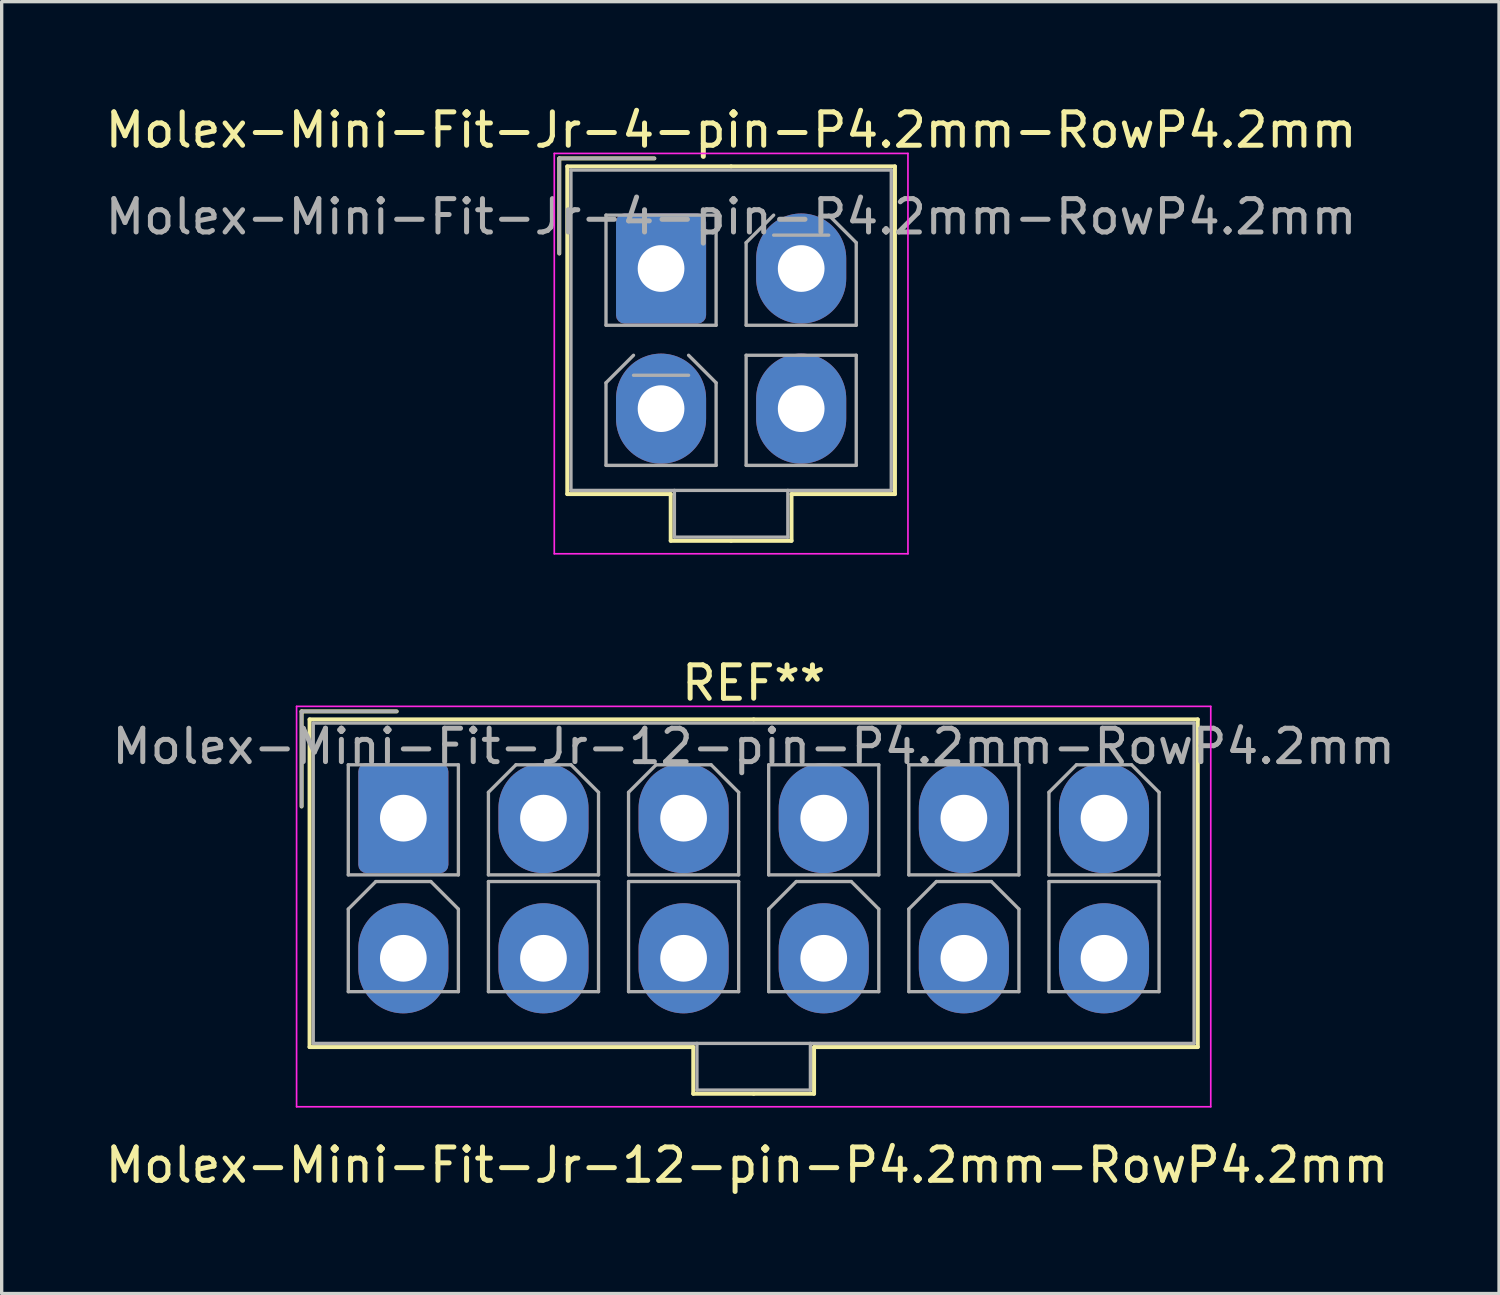
<source format=kicad_pcb>
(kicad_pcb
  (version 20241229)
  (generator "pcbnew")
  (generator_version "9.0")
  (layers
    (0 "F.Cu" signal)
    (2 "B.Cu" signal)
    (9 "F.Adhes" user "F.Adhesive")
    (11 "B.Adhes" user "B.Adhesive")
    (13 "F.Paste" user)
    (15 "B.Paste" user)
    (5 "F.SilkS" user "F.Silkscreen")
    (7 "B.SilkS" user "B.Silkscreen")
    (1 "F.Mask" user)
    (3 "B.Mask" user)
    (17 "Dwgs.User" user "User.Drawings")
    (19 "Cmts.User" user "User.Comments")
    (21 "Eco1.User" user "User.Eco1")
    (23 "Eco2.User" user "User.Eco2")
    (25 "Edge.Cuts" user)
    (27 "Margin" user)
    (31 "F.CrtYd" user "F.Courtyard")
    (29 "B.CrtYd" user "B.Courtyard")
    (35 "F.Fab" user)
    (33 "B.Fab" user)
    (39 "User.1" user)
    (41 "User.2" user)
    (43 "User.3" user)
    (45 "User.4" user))
  (footprint "Molex-Mini-Fit-Jr-4-pin-P4.2mm-RowP4.2mm"
    (layer "F.Cu")
    (at 16.763 4.298)
    (property "Reference" "Molex-Mini-Fit-Jr-4-pin-P4.2mm-RowP4.2mm" (at 2.1 -3.45 0) (layer "F.SilkS") (effects (font (size 1 1) (thickness 0.15))))
    (attr through_hole)
    (fp_line (start -3.05 -2.6) (end -3.05 0.25) (stroke (width 0.12) (type solid)) (layer "F.SilkS"))
    (fp_line (start -2.81 -2.36) (end -2.81 7.46) (stroke (width 0.12) (type solid)) (layer "F.SilkS"))
    (fp_line (start -2.81 7.46) (end 0.29 7.46) (stroke (width 0.12) (type solid)) (layer "F.SilkS"))
    (fp_line (start -0.2 -2.6) (end -3.05 -2.6) (stroke (width 0.12) (type solid)) (layer "F.SilkS"))
    (fp_line (start 0.29 7.46) (end 0.29 8.86) (stroke (width 0.12) (type solid)) (layer "F.SilkS"))
    (fp_line (start 0.29 8.86) (end 2.1 8.86) (stroke (width 0.12) (type solid)) (layer "F.SilkS"))
    (fp_line (start 2.1 -2.36) (end -2.81 -2.36) (stroke (width 0.12) (type solid)) (layer "F.SilkS"))
    (fp_line (start 2.1 -2.36) (end 7.01 -2.36) (stroke (width 0.12) (type solid)) (layer "F.SilkS"))
    (fp_line (start 3.91 7.46) (end 3.91 8.86) (stroke (width 0.12) (type solid)) (layer "F.SilkS"))
    (fp_line (start 3.91 8.86) (end 2.1 8.86) (stroke (width 0.12) (type solid)) (layer "F.SilkS"))
    (fp_line (start 7.01 -2.36) (end 7.01 7.46) (stroke (width 0.12) (type solid)) (layer "F.SilkS"))
    (fp_line (start 7.01 7.46) (end 3.91 7.46) (stroke (width 0.12) (type solid)) (layer "F.SilkS"))
    (fp_line (start -3.2 -2.75) (end -3.2 9.25) (stroke (width 0.05) (type solid)) (layer "F.CrtYd"))
    (fp_line (start -3.2 9.25) (end 7.4 9.25) (stroke (width 0.05) (type solid)) (layer "F.CrtYd"))
    (fp_line (start 7.4 -2.75) (end -3.2 -2.75) (stroke (width 0.05) (type solid)) (layer "F.CrtYd"))
    (fp_line (start 7.4 9.25) (end 7.4 -2.75) (stroke (width 0.05) (type solid)) (layer "F.CrtYd"))
    (fp_line (start -3.05 -2.6) (end -3.05 0.25) (stroke (width 0.1) (type solid)) (layer "F.Fab"))
    (fp_line (start -2.7 -2.25) (end -2.7 7.35) (stroke (width 0.1) (type solid)) (layer "F.Fab"))
    (fp_line (start -2.7 7.35) (end 6.9 7.35) (stroke (width 0.1) (type solid)) (layer "F.Fab"))
    (fp_line (start -1.65 -0.9) (end -1.65 2.4) (stroke (width 0.1) (type solid)) (layer "F.Fab"))
    (fp_line (start -1.65 2.4) (end 1.65 2.4) (stroke (width 0.1) (type solid)) (layer "F.Fab"))
    (fp_line (start -1.65 4.125) (end -0.825 3.3) (stroke (width 0.1) (type solid)) (layer "F.Fab"))
    (fp_line (start -1.65 6.6) (end -1.65 4.125) (stroke (width 0.1) (type solid)) (layer "F.Fab"))
    (fp_line (start -0.825 3.9) (end 0.825 3.9) (stroke (width 0.1) (type solid)) (layer "F.Fab"))
    (fp_line (start -0.2 -2.6) (end -3.05 -2.6) (stroke (width 0.1) (type solid)) (layer "F.Fab"))
    (fp_line (start 0.4 7.35) (end 0.4 8.75) (stroke (width 0.1) (type solid)) (layer "F.Fab"))
    (fp_line (start 0.4 8.75) (end 3.8 8.75) (stroke (width 0.1) (type solid)) (layer "F.Fab"))
    (fp_line (start 0.825 3.3) (end 1.65 4.125) (stroke (width 0.1) (type solid)) (layer "F.Fab"))
    (fp_line (start 1.65 -0.9) (end -1.65 -0.9) (stroke (width 0.1) (type solid)) (layer "F.Fab"))
    (fp_line (start 1.65 2.4) (end 1.65 -0.9) (stroke (width 0.1) (type solid)) (layer "F.Fab"))
    (fp_line (start 1.65 4.125) (end 1.65 6.6) (stroke (width 0.1) (type solid)) (layer "F.Fab"))
    (fp_line (start 1.65 6.6) (end -1.65 6.6) (stroke (width 0.1) (type solid)) (layer "F.Fab"))
    (fp_line (start 2.55 -0.075) (end 3.375 -0.9) (stroke (width 0.1) (type solid)) (layer "F.Fab"))
    (fp_line (start 2.55 2.4) (end 2.55 -0.075) (stroke (width 0.1) (type solid)) (layer "F.Fab"))
    (fp_line (start 2.55 3.3) (end 2.55 6.6) (stroke (width 0.1) (type solid)) (layer "F.Fab"))
    (fp_line (start 2.55 6.6) (end 5.85 6.6) (stroke (width 0.1) (type solid)) (layer "F.Fab"))
    (fp_line (start 3.375 -0.3) (end 5.025 -0.3) (stroke (width 0.1) (type solid)) (layer "F.Fab"))
    (fp_line (start 3.8 8.75) (end 3.8 7.35) (stroke (width 0.1) (type solid)) (layer "F.Fab"))
    (fp_line (start 5.025 -0.9) (end 5.85 -0.075) (stroke (width 0.1) (type solid)) (layer "F.Fab"))
    (fp_line (start 5.85 -0.075) (end 5.85 2.4) (stroke (width 0.1) (type solid)) (layer "F.Fab"))
    (fp_line (start 5.85 2.4) (end 2.55 2.4) (stroke (width 0.1) (type solid)) (layer "F.Fab"))
    (fp_line (start 5.85 3.3) (end 2.55 3.3) (stroke (width 0.1) (type solid)) (layer "F.Fab"))
    (fp_line (start 5.85 6.6) (end 5.85 3.3) (stroke (width 0.1) (type solid)) (layer "F.Fab"))
    (fp_line (start 6.9 -2.25) (end -2.7 -2.25) (stroke (width 0.1) (type solid)) (layer "F.Fab"))
    (fp_line (start 6.9 7.35) (end 6.9 -2.25) (stroke (width 0.1) (type solid)) (layer "F.Fab"))
    (fp_text user "${REFERENCE}" (at 2.1 -0.85 0) (layer "F.Fab") (effects (font (size 1 1) (thickness 0.15))))
    (pad "1" thru_hole roundrect (at 0 0.7) (size 2.7 3.3) (drill 1.4) (layers "*.Cu" "*.Mask") (roundrect_rratio 0.093))
    (pad "2" thru_hole oval (at 4.2 0.7) (size 2.7 3.3) (drill 1.4) (layers "*.Cu" "*.Mask"))
    (pad "3" thru_hole oval (at 0 4.9) (size 2.7 3.3) (drill 1.4) (layers "*.Cu" "*.Mask"))
    (pad "4" thru_hole oval (at 4.2 4.9) (size 2.7 3.3) (drill 1.4) (layers "*.Cu" "*.Mask")))
  (footprint "Molex-Mini-Fit-Jr-12-pin-P4.2mm-RowP4.2mm"
    (layer "F.Cu")
    (at 19.339 31.372)
    (property "Reference" "Molex-Mini-Fit-Jr-12-pin-P4.2mm-RowP4.2mm" (at 0 0.5 0) (layer "F.SilkS") (effects (font (size 1 1) (thickness 0.15))))
    (attr through_hole)
    (fp_line (start -13.35 -13.1) (end -13.35 -10.25) (stroke (width 0.12) (type solid)) (layer "F.SilkS"))
    (fp_line (start -13.11 -12.86) (end -13.11 -3.04) (stroke (width 0.12) (type solid)) (layer "F.SilkS"))
    (fp_line (start -13.11 -3.04) (end -1.61 -3.04) (stroke (width 0.12) (type solid)) (layer "F.SilkS"))
    (fp_line (start -10.5 -13.1) (end -13.35 -13.1) (stroke (width 0.12) (type solid)) (layer "F.SilkS"))
    (fp_line (start -1.61 -3.04) (end -1.61 -1.64) (stroke (width 0.12) (type solid)) (layer "F.SilkS"))
    (fp_line (start -1.61 -1.64) (end 0.2 -1.64) (stroke (width 0.12) (type solid)) (layer "F.SilkS"))
    (fp_line (start 0.2 -12.86) (end -13.11 -12.86) (stroke (width 0.12) (type solid)) (layer "F.SilkS"))
    (fp_line (start 0.2 -12.86) (end 13.51 -12.86) (stroke (width 0.12) (type solid)) (layer "F.SilkS"))
    (fp_line (start 2.01 -3.04) (end 2.01 -1.64) (stroke (width 0.12) (type solid)) (layer "F.SilkS"))
    (fp_line (start 2.01 -1.64) (end 0.2 -1.64) (stroke (width 0.12) (type solid)) (layer "F.SilkS"))
    (fp_line (start 13.51 -12.86) (end 13.51 -3.04) (stroke (width 0.12) (type solid)) (layer "F.SilkS"))
    (fp_line (start 13.51 -3.04) (end 2.01 -3.04) (stroke (width 0.12) (type solid)) (layer "F.SilkS"))
    (fp_line (start -13.5 -13.25) (end -13.5 -1.25) (stroke (width 0.05) (type solid)) (layer "F.CrtYd"))
    (fp_line (start -13.5 -1.25) (end 13.9 -1.25) (stroke (width 0.05) (type solid)) (layer "F.CrtYd"))
    (fp_line (start 13.9 -13.25) (end -13.5 -13.25) (stroke (width 0.05) (type solid)) (layer "F.CrtYd"))
    (fp_line (start 13.9 -1.25) (end 13.9 -13.25) (stroke (width 0.05) (type solid)) (layer "F.CrtYd"))
    (fp_line (start -13.35 -13.1) (end -13.35 -10.25) (stroke (width 0.1) (type solid)) (layer "F.Fab"))
    (fp_line (start -13 -12.75) (end -13 -3.15) (stroke (width 0.1) (type solid)) (layer "F.Fab"))
    (fp_line (start -13 -3.15) (end 13.4 -3.15) (stroke (width 0.1) (type solid)) (layer "F.Fab"))
    (fp_line (start -11.95 -11.5) (end -11.95 -8.2) (stroke (width 0.1) (type solid)) (layer "F.Fab"))
    (fp_line (start -11.95 -8.2) (end -8.65 -8.2) (stroke (width 0.1) (type solid)) (layer "F.Fab"))
    (fp_line (start -11.95 -7.175) (end -11.125 -8) (stroke (width 0.1) (type solid)) (layer "F.Fab"))
    (fp_line (start -11.95 -4.7) (end -11.95 -7.175) (stroke (width 0.1) (type solid)) (layer "F.Fab"))
    (fp_line (start -11.125 -8) (end -9.475 -8) (stroke (width 0.1) (type solid)) (layer "F.Fab"))
    (fp_line (start -10.5 -13.1) (end -13.35 -13.1) (stroke (width 0.1) (type solid)) (layer "F.Fab"))
    (fp_line (start -9.475 -8) (end -8.65 -7.175) (stroke (width 0.1) (type solid)) (layer "F.Fab"))
    (fp_line (start -8.65 -11.5) (end -11.95 -11.5) (stroke (width 0.1) (type solid)) (layer "F.Fab"))
    (fp_line (start -8.65 -8.2) (end -8.65 -11.5) (stroke (width 0.1) (type solid)) (layer "F.Fab"))
    (fp_line (start -8.65 -7.175) (end -8.65 -4.7) (stroke (width 0.1) (type solid)) (layer "F.Fab"))
    (fp_line (start -8.65 -4.7) (end -11.95 -4.7) (stroke (width 0.1) (type solid)) (layer "F.Fab"))
    (fp_line (start -7.75 -10.675) (end -6.925 -11.5) (stroke (width 0.1) (type solid)) (layer "F.Fab"))
    (fp_line (start -7.75 -8.2) (end -7.75 -10.675) (stroke (width 0.1) (type solid)) (layer "F.Fab"))
    (fp_line (start -7.75 -8) (end -7.75 -4.7) (stroke (width 0.1) (type solid)) (layer "F.Fab"))
    (fp_line (start -7.75 -4.7) (end -4.45 -4.7) (stroke (width 0.1) (type solid)) (layer "F.Fab"))
    (fp_line (start -6.925 -11.5) (end -5.275 -11.5) (stroke (width 0.1) (type solid)) (layer "F.Fab"))
    (fp_line (start -5.275 -11.5) (end -4.45 -10.675) (stroke (width 0.1) (type solid)) (layer "F.Fab"))
    (fp_line (start -4.45 -10.675) (end -4.45 -8.2) (stroke (width 0.1) (type solid)) (layer "F.Fab"))
    (fp_line (start -4.45 -8.2) (end -7.75 -8.2) (stroke (width 0.1) (type solid)) (layer "F.Fab"))
    (fp_line (start -4.45 -8) (end -7.75 -8) (stroke (width 0.1) (type solid)) (layer "F.Fab"))
    (fp_line (start -4.45 -4.7) (end -4.45 -8) (stroke (width 0.1) (type solid)) (layer "F.Fab"))
    (fp_line (start -3.55 -10.675) (end -2.725 -11.5) (stroke (width 0.1) (type solid)) (layer "F.Fab"))
    (fp_line (start -3.55 -8.2) (end -3.55 -10.675) (stroke (width 0.1) (type solid)) (layer "F.Fab"))
    (fp_line (start -3.55 -8) (end -3.55 -4.7) (stroke (width 0.1) (type solid)) (layer "F.Fab"))
    (fp_line (start -3.55 -4.7) (end -0.25 -4.7) (stroke (width 0.1) (type solid)) (layer "F.Fab"))
    (fp_line (start -2.725 -11.5) (end -1.075 -11.5) (stroke (width 0.1) (type solid)) (layer "F.Fab"))
    (fp_line (start -1.5 -3.15) (end -1.5 -1.75) (stroke (width 0.1) (type solid)) (layer "F.Fab"))
    (fp_line (start -1.5 -1.75) (end 1.9 -1.75) (stroke (width 0.1) (type solid)) (layer "F.Fab"))
    (fp_line (start -1.075 -11.5) (end -0.25 -10.675) (stroke (width 0.1) (type solid)) (layer "F.Fab"))
    (fp_line (start -0.25 -10.675) (end -0.25 -8.2) (stroke (width 0.1) (type solid)) (layer "F.Fab"))
    (fp_line (start -0.25 -8.2) (end -3.55 -8.2) (stroke (width 0.1) (type solid)) (layer "F.Fab"))
    (fp_line (start -0.25 -8) (end -3.55 -8) (stroke (width 0.1) (type solid)) (layer "F.Fab"))
    (fp_line (start -0.25 -4.7) (end -0.25 -8) (stroke (width 0.1) (type solid)) (layer "F.Fab"))
    (fp_line (start 0.65 -11.5) (end 0.65 -8.2) (stroke (width 0.1) (type solid)) (layer "F.Fab"))
    (fp_line (start 0.65 -8.2) (end 3.95 -8.2) (stroke (width 0.1) (type solid)) (layer "F.Fab"))
    (fp_line (start 0.65 -7.175) (end 1.475 -8) (stroke (width 0.1) (type solid)) (layer "F.Fab"))
    (fp_line (start 0.65 -4.7) (end 0.65 -7.175) (stroke (width 0.1) (type solid)) (layer "F.Fab"))
    (fp_line (start 1.475 -8) (end 3.125 -8) (stroke (width 0.1) (type solid)) (layer "F.Fab"))
    (fp_line (start 1.9 -1.75) (end 1.9 -3.15) (stroke (width 0.1) (type solid)) (layer "F.Fab"))
    (fp_line (start 3.125 -8) (end 3.95 -7.175) (stroke (width 0.1) (type solid)) (layer "F.Fab"))
    (fp_line (start 3.95 -11.5) (end 0.65 -11.5) (stroke (width 0.1) (type solid)) (layer "F.Fab"))
    (fp_line (start 3.95 -8.2) (end 3.95 -11.5) (stroke (width 0.1) (type solid)) (layer "F.Fab"))
    (fp_line (start 3.95 -7.175) (end 3.95 -4.7) (stroke (width 0.1) (type solid)) (layer "F.Fab"))
    (fp_line (start 3.95 -4.7) (end 0.65 -4.7) (stroke (width 0.1) (type solid)) (layer "F.Fab"))
    (fp_line (start 4.85 -11.5) (end 4.85 -8.2) (stroke (width 0.1) (type solid)) (layer "F.Fab"))
    (fp_line (start 4.85 -8.2) (end 8.15 -8.2) (stroke (width 0.1) (type solid)) (layer "F.Fab"))
    (fp_line (start 4.85 -7.175) (end 5.675 -8) (stroke (width 0.1) (type solid)) (layer "F.Fab"))
    (fp_line (start 4.85 -4.7) (end 4.85 -7.175) (stroke (width 0.1) (type solid)) (layer "F.Fab"))
    (fp_line (start 5.675 -8) (end 7.325 -8) (stroke (width 0.1) (type solid)) (layer "F.Fab"))
    (fp_line (start 7.325 -8) (end 8.15 -7.175) (stroke (width 0.1) (type solid)) (layer "F.Fab"))
    (fp_line (start 8.15 -11.5) (end 4.85 -11.5) (stroke (width 0.1) (type solid)) (layer "F.Fab"))
    (fp_line (start 8.15 -8.2) (end 8.15 -11.5) (stroke (width 0.1) (type solid)) (layer "F.Fab"))
    (fp_line (start 8.15 -7.175) (end 8.15 -4.7) (stroke (width 0.1) (type solid)) (layer "F.Fab"))
    (fp_line (start 8.15 -4.7) (end 4.85 -4.7) (stroke (width 0.1) (type solid)) (layer "F.Fab"))
    (fp_line (start 9.05 -10.675) (end 9.875 -11.5) (stroke (width 0.1) (type solid)) (layer "F.Fab"))
    (fp_line (start 9.05 -8.2) (end 9.05 -10.675) (stroke (width 0.1) (type solid)) (layer "F.Fab"))
    (fp_line (start 9.05 -8) (end 9.05 -4.7) (stroke (width 0.1) (type solid)) (layer "F.Fab"))
    (fp_line (start 9.05 -4.7) (end 12.35 -4.7) (stroke (width 0.1) (type solid)) (layer "F.Fab"))
    (fp_line (start 9.875 -11.5) (end 11.525 -11.5) (stroke (width 0.1) (type solid)) (layer "F.Fab"))
    (fp_line (start 11.525 -11.5) (end 12.35 -10.675) (stroke (width 0.1) (type solid)) (layer "F.Fab"))
    (fp_line (start 12.35 -10.675) (end 12.35 -8.2) (stroke (width 0.1) (type solid)) (layer "F.Fab"))
    (fp_line (start 12.35 -8.2) (end 9.05 -8.2) (stroke (width 0.1) (type solid)) (layer "F.Fab"))
    (fp_line (start 12.35 -8) (end 9.05 -8) (stroke (width 0.1) (type solid)) (layer "F.Fab"))
    (fp_line (start 12.35 -4.7) (end 12.35 -8) (stroke (width 0.1) (type solid)) (layer "F.Fab"))
    (fp_line (start 13.4 -12.75) (end -13 -12.75) (stroke (width 0.1) (type solid)) (layer "F.Fab"))
    (fp_line (start 13.4 -3.15) (end 13.4 -12.75) (stroke (width 0.1) (type solid)) (layer "F.Fab"))
    (fp_text user "REF**" (at 0.2 -13.95 0) (layer "F.SilkS") (effects (font (size 1 1) (thickness 0.15))))
    (fp_text user "${REFERENCE}" (at 0.2 -12.05 0) (layer "F.Fab") (effects (font (size 1 1) (thickness 0.15))))
    (pad "1" thru_hole roundrect (at -10.3 -9.9) (size 2.7 3.3) (drill 1.4) (layers "*.Cu" "*.Mask") (roundrect_rratio 0.093))
    (pad "2" thru_hole oval (at -6.1 -9.9) (size 2.7 3.3) (drill 1.4) (layers "*.Cu" "*.Mask"))
    (pad "3" thru_hole oval (at -1.9 -9.9) (size 2.7 3.3) (drill 1.4) (layers "*.Cu" "*.Mask"))
    (pad "4" thru_hole oval (at 2.3 -9.9) (size 2.7 3.3) (drill 1.4) (layers "*.Cu" "*.Mask"))
    (pad "5" thru_hole oval (at 6.5 -9.9) (size 2.7 3.3) (drill 1.4) (layers "*.Cu" "*.Mask"))
    (pad "6" thru_hole oval (at 10.7 -9.9) (size 2.7 3.3) (drill 1.4) (layers "*.Cu" "*.Mask"))
    (pad "7" thru_hole oval (at -10.3 -5.7) (size 2.7 3.3) (drill 1.4) (layers "*.Cu" "*.Mask"))
    (pad "8" thru_hole oval (at -6.1 -5.7) (size 2.7 3.3) (drill 1.4) (layers "*.Cu" "*.Mask"))
    (pad "9" thru_hole oval (at -1.9 -5.7) (size 2.7 3.3) (drill 1.4) (layers "*.Cu" "*.Mask"))
    (pad "10" thru_hole oval (at 2.3 -5.7) (size 2.7 3.3) (drill 1.4) (layers "*.Cu" "*.Mask"))
    (pad "11" thru_hole oval (at 6.5 -5.7) (size 2.7 3.3) (drill 1.4) (layers "*.Cu" "*.Mask"))
    (pad "12" thru_hole oval (at 10.7 -5.7) (size 2.7 3.3) (drill 1.4) (layers "*.Cu" "*.Mask")))
  (gr_rect
    (start -3 -3)
    (end 41.879 35.72)
    (stroke (width 0.1) (type default))
    (fill no)
    (layer "Edge.Cuts")))
</source>
